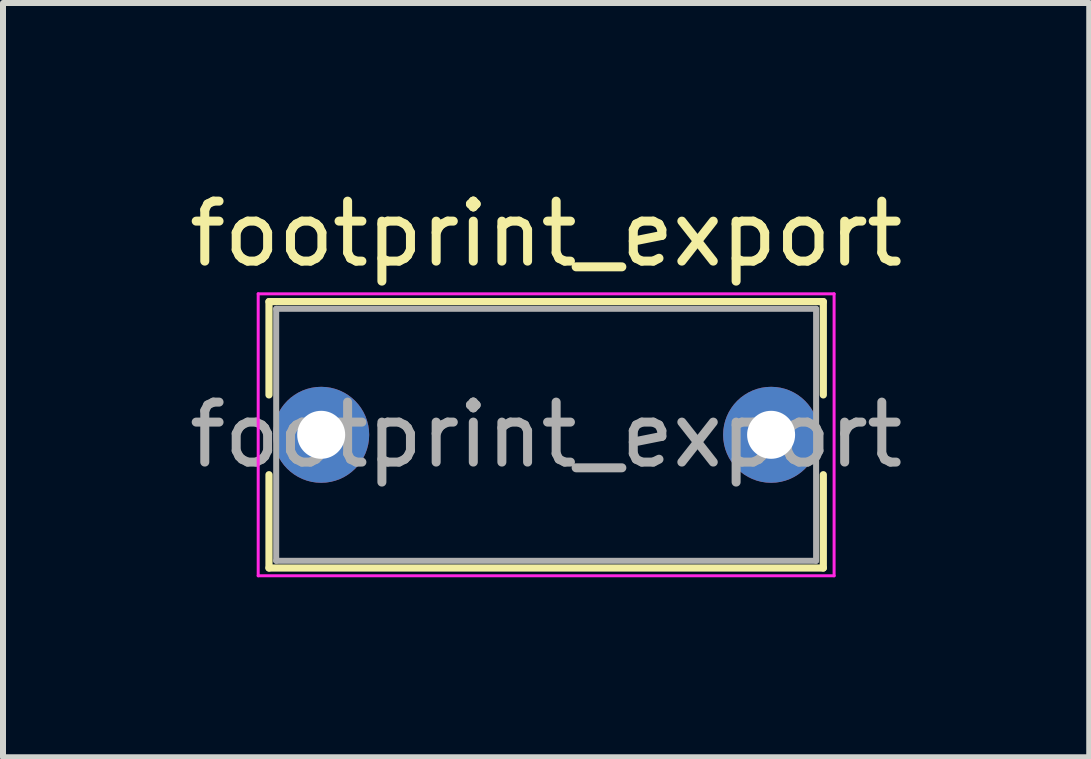
<source format=kicad_pcb>
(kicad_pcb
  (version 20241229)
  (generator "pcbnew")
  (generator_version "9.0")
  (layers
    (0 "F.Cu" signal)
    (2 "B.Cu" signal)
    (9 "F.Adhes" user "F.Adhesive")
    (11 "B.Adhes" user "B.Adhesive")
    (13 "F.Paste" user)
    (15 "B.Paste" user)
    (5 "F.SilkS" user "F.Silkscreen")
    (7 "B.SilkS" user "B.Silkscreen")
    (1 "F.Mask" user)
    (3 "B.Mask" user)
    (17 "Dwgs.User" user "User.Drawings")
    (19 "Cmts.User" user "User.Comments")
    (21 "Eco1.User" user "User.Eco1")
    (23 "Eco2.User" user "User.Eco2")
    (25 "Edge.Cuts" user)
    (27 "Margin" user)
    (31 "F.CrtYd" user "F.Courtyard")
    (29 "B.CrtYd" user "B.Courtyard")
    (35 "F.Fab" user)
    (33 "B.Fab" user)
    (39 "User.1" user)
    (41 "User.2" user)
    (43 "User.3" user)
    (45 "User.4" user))
  (footprint "footprint_export"
    (layer "F.Cu")
    (at 2.304 4.198)
    (property "Reference" "footprint_export" (at 3.75 -3.35 0) (layer "F.SilkS") (effects (font (size 1 1) (thickness 0.15))))
    (attr through_hole)
    (fp_line (start -0.87 -2.22) (end -0.87 -0.665) (stroke (width 0.12) (type solid)) (layer "F.SilkS"))
    (fp_line (start -0.87 -2.22) (end 8.37 -2.22) (stroke (width 0.12) (type solid)) (layer "F.SilkS"))
    (fp_line (start -0.87 0.665) (end -0.87 2.22) (stroke (width 0.12) (type solid)) (layer "F.SilkS"))
    (fp_line (start -0.87 2.22) (end 8.37 2.22) (stroke (width 0.12) (type solid)) (layer "F.SilkS"))
    (fp_line (start 8.37 -2.22) (end 8.37 -0.665) (stroke (width 0.12) (type solid)) (layer "F.SilkS"))
    (fp_line (start 8.37 0.665) (end 8.37 2.22) (stroke (width 0.12) (type solid)) (layer "F.SilkS"))
    (fp_line (start -1.05 -2.35) (end -1.05 2.35) (stroke (width 0.05) (type solid)) (layer "F.CrtYd"))
    (fp_line (start -1.05 2.35) (end 8.55 2.35) (stroke (width 0.05) (type solid)) (layer "F.CrtYd"))
    (fp_line (start 8.55 -2.35) (end -1.05 -2.35) (stroke (width 0.05) (type solid)) (layer "F.CrtYd"))
    (fp_line (start 8.55 2.35) (end 8.55 -2.35) (stroke (width 0.05) (type solid)) (layer "F.CrtYd"))
    (fp_line (start -0.75 -2.1) (end -0.75 2.1) (stroke (width 0.1) (type solid)) (layer "F.Fab"))
    (fp_line (start -0.75 2.1) (end 8.25 2.1) (stroke (width 0.1) (type solid)) (layer "F.Fab"))
    (fp_line (start 8.25 -2.1) (end -0.75 -2.1) (stroke (width 0.1) (type solid)) (layer "F.Fab"))
    (fp_line (start 8.25 2.1) (end 8.25 -2.1) (stroke (width 0.1) (type solid)) (layer "F.Fab"))
    (fp_text user "${REFERENCE}" (at 3.75 0 0) (layer "F.Fab") (effects (font (size 1 1) (thickness 0.15))))
    (pad "1" thru_hole circle (at 0 0) (size 1.6 1.6) (drill 0.8) (layers "*.Cu" "*.Mask"))
    (pad "2" thru_hole circle (at 7.5 0) (size 1.6 1.6) (drill 0.8) (layers "*.Cu" "*.Mask")))
  (gr_rect
    (start -3 -3)
    (end 15.107 9.573)
    (stroke (width 0.1) (type default))
    (fill no)
    (layer "Edge.Cuts")))
</source>
